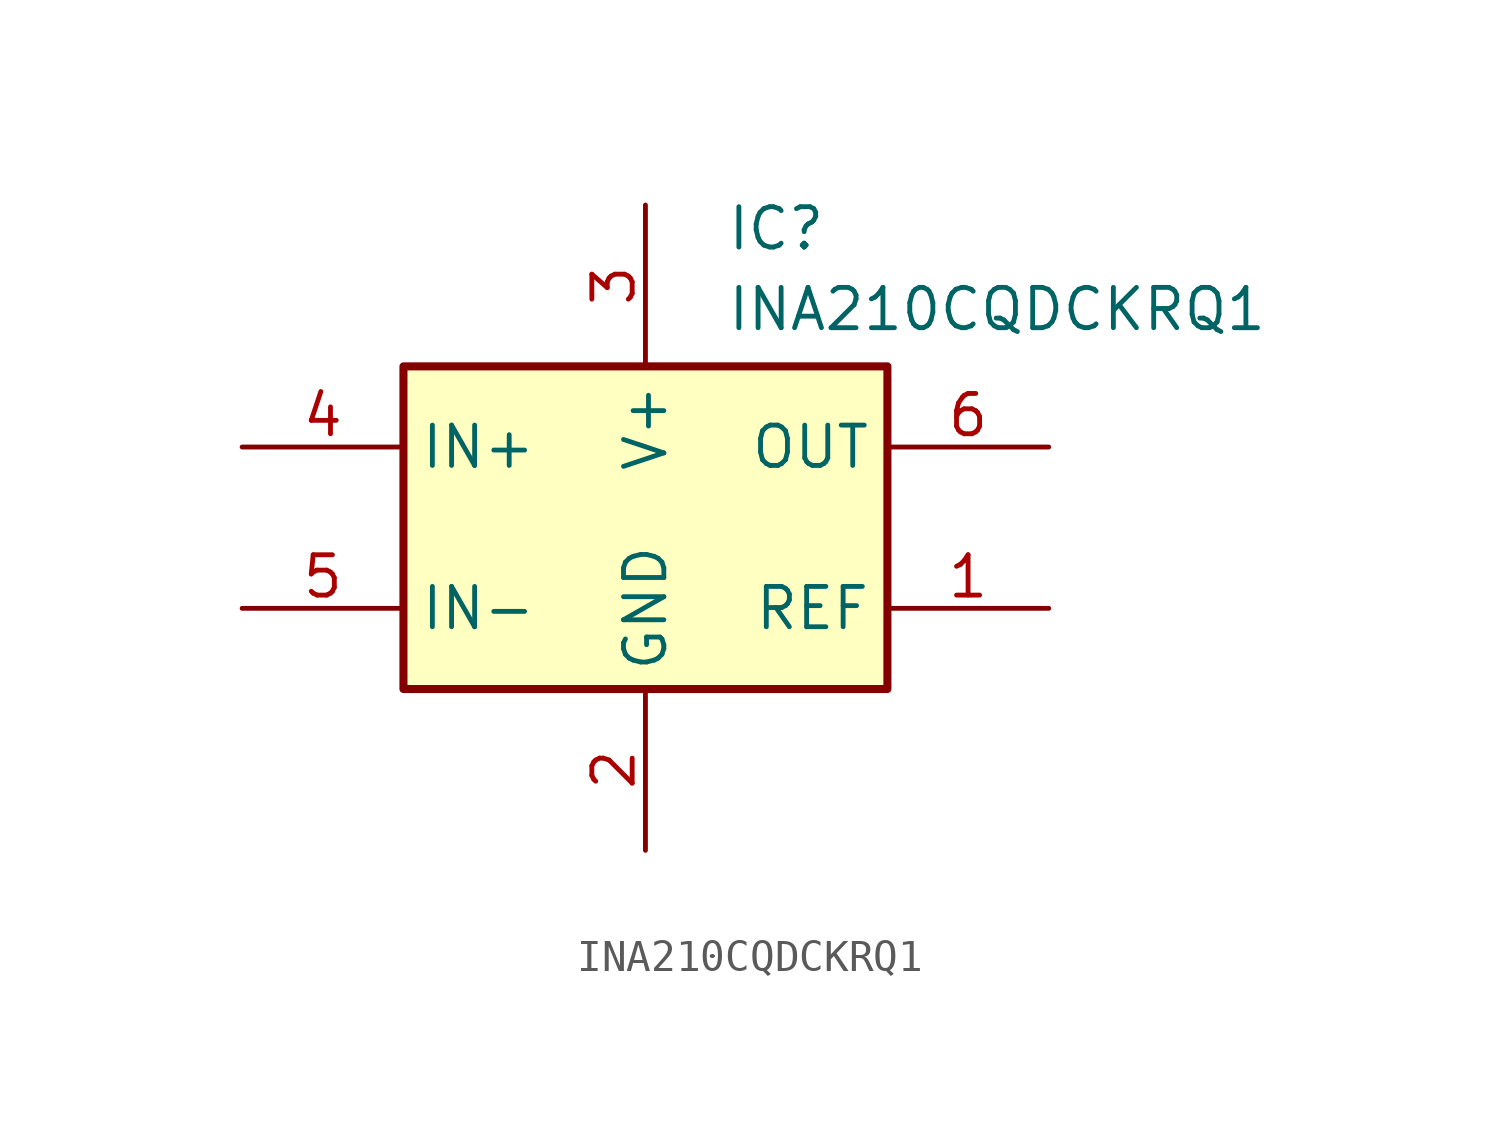
<source format=kicad_sym>
(kicad_symbol_lib
  (version 20220914)
  (generator kicad_symbol_editor)
  (symbol "INA210CQDCKRQ1"
    (property "Reference" "IC"
      (at 15.24 7.62 0)
      (effects (font (size 1.27 1.27)) (justify left top)))
    (property "Value" "INA210CQDCKRQ1"
      (at 15.24 5.08 0)
      (effects (font (size 1.27 1.27)) (justify left top)))
    (symbol "INA210CQDCKRQ1_1_1"
      (rectangle (start 5.08 2.54) (end 20.32 -7.62) (stroke (width 0.254) (type default)) (fill (type background)))
      (pin passive line (at 25.4 -5.08 180) (length 5.08) (name "REF" (effects (font (size 1.27 1.27)))) (number "1" (effects (font (size 1.27 1.27)))))
      (pin passive line (at 12.7 -12.7 90) (length 5.08) (name "GND" (effects (font (size 1.27 1.27)))) (number "2" (effects (font (size 1.27 1.27)))))
      (pin passive line (at 12.7 7.62 270) (length 5.08) (name "V+" (effects (font (size 1.27 1.27)))) (number "3" (effects (font (size 1.27 1.27)))))
      (pin passive line (at 0 0 0) (length 5.08) (name "IN+" (effects (font (size 1.27 1.27)))) (number "4" (effects (font (size 1.27 1.27)))))
      (pin passive line (at 0 -5.08 0) (length 5.08) (name "IN-" (effects (font (size 1.27 1.27)))) (number "5" (effects (font (size 1.27 1.27)))))
      (pin passive line (at 25.4 0 180) (length 5.08) (name "OUT" (effects (font (size 1.27 1.27)))) (number "6" (effects (font (size 1.27 1.27))))))))
</source>
